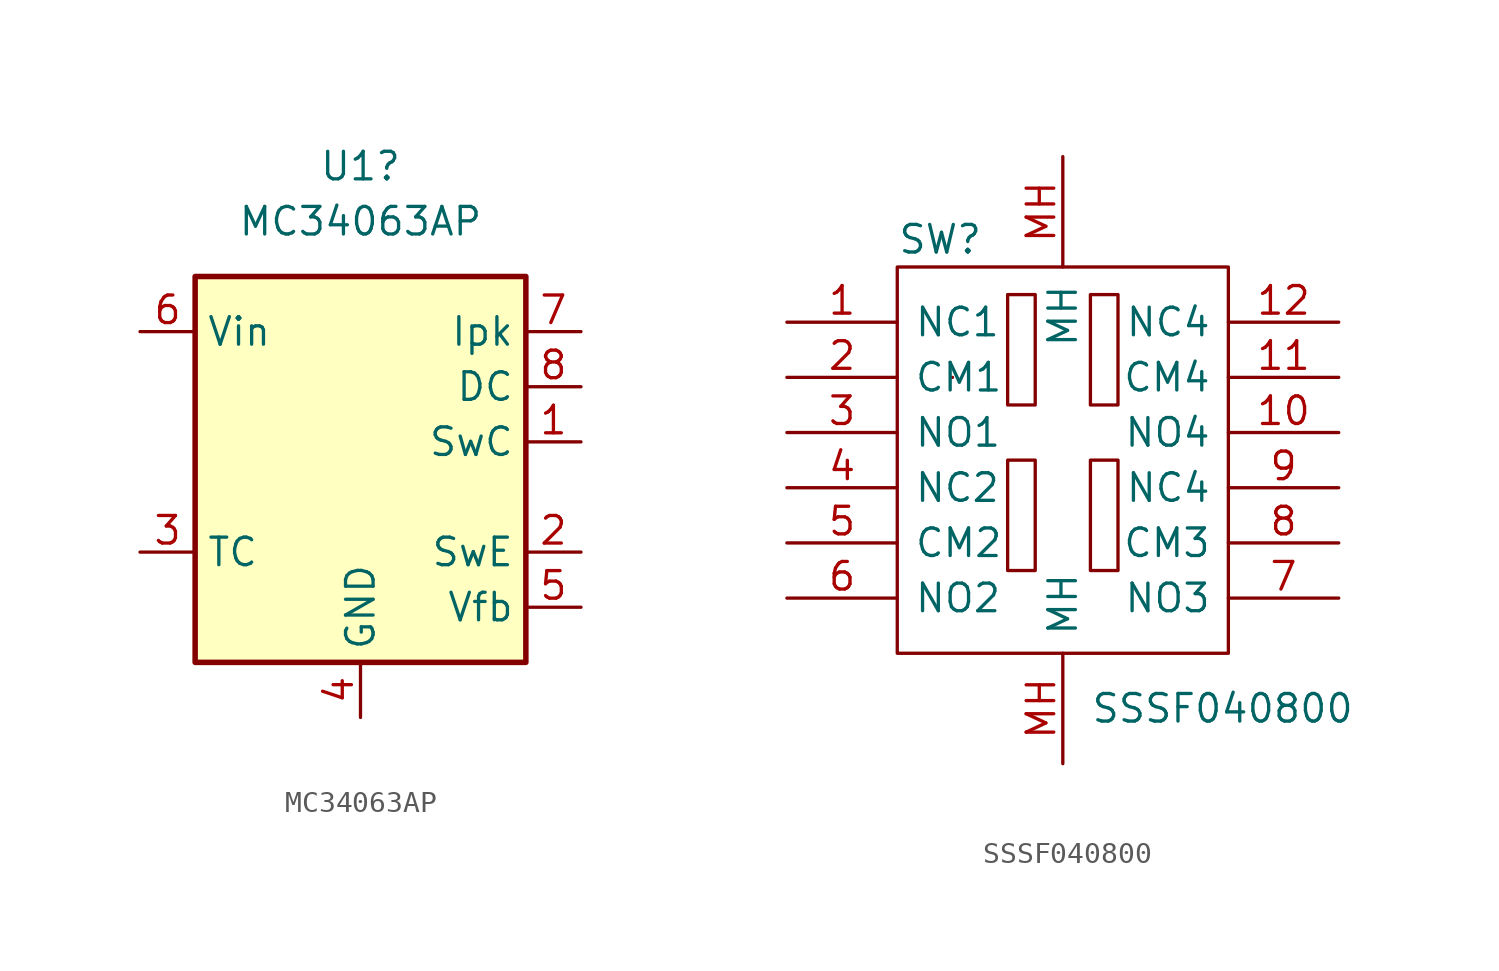
<source format=kicad_sym>
(kicad_symbol_lib
  (version 20211014)
  (generator kicad_symbol_editor)
  (symbol "MC34063AP"
    (property "Reference" "U1"
      (at 0 12.7 0)
      (effects (font (size 1.27 1.27))))
    (property "Value" "MC34063AP"
      (at 0 10.16 0)
      (effects (font (size 1.27 1.27))))
    (symbol "MC34063AP_0_1"
      (rectangle (start -7.62 7.62) (end 7.62 -10.16) (stroke (width 0.254) (type default) (color 0 0 0 0)) (fill (type background))))
    (symbol "MC34063AP_1_1"
      (pin open_collector line (at 10.16 0 180) (length 2.54) (name "SwC" (effects (font (size 1.27 1.27)))) (number "1" (effects (font (size 1.27 1.27)))))
      (pin passive line (at 10.16 -5.08 180) (length 2.54) (name "SwE" (effects (font (size 1.27 1.27)))) (number "2" (effects (font (size 1.27 1.27)))))
      (pin passive line (at -10.16 -5.08 0) (length 2.54) (name "TC" (effects (font (size 1.27 1.27)))) (number "3" (effects (font (size 1.27 1.27)))))
      (pin power_in line (at 0 -12.7 90) (length 2.54) (name "GND" (effects (font (size 1.27 1.27)))) (number "4" (effects (font (size 1.27 1.27)))))
      (pin input line (at 10.16 -7.62 180) (length 2.54) (name "Vfb" (effects (font (size 1.27 1.27)))) (number "5" (effects (font (size 1.27 1.27)))))
      (pin power_in line (at -10.16 5.08 0) (length 2.54) (name "Vin" (effects (font (size 1.27 1.27)))) (number "6" (effects (font (size 1.27 1.27)))))
      (pin input line (at 10.16 5.08 180) (length 2.54) (name "Ipk" (effects (font (size 1.27 1.27)))) (number "7" (effects (font (size 1.27 1.27)))))
      (pin open_collector line (at 10.16 2.54 180) (length 2.54) (name "DC" (effects (font (size 1.27 1.27)))) (number "8" (effects (font (size 1.27 1.27)))))))
  (symbol "SSSF040800"
    (pin_names
      (offset 0.762))
    (property "Reference" "SW"
      (at -7.62 10.16 0)
      (effects (font (size 1.27 1.27)) (justify left)))
    (property "Value" "SSSF040800"
      (at 1.27 -11.43 0)
      (effects (font (size 1.27 1.27)) (justify left)))
    (symbol "SSSF040800_0_0"
      (pin passive line (at -12.7 6.35 0) (length 5.08) (name "NC1" (effects (font (size 1.27 1.27)))) (number "1" (effects (font (size 1.27 1.27)))))
      (pin passive line (at 12.7 1.27 180) (length 5.08) (name "NO4" (effects (font (size 1.27 1.27)))) (number "10" (effects (font (size 1.27 1.27)))))
      (pin passive line (at 12.7 3.81 180) (length 5.08) (name "CM4" (effects (font (size 1.27 1.27)))) (number "11" (effects (font (size 1.27 1.27)))))
      (pin passive line (at 12.7 6.35 180) (length 5.08) (name "NC4" (effects (font (size 1.27 1.27)))) (number "12" (effects (font (size 1.27 1.27)))))
      (pin passive line (at -12.7 3.81 0) (length 5.08) (name "CM1" (effects (font (size 1.27 1.27)))) (number "2" (effects (font (size 1.27 1.27)))))
      (pin passive line (at -12.7 1.27 0) (length 5.08) (name "NO1" (effects (font (size 1.27 1.27)))) (number "3" (effects (font (size 1.27 1.27)))))
      (pin passive line (at -12.7 -1.27 0) (length 5.08) (name "NC2" (effects (font (size 1.27 1.27)))) (number "4" (effects (font (size 1.27 1.27)))))
      (pin passive line (at -12.7 -3.81 0) (length 5.08) (name "CM2" (effects (font (size 1.27 1.27)))) (number "5" (effects (font (size 1.27 1.27)))))
      (pin passive line (at -12.7 -6.35 0) (length 5.08) (name "NO2" (effects (font (size 1.27 1.27)))) (number "6" (effects (font (size 1.27 1.27)))))
      (pin passive line (at 12.7 -6.35 180) (length 5.08) (name "NO3" (effects (font (size 1.27 1.27)))) (number "7" (effects (font (size 1.27 1.27)))))
      (pin passive line (at 12.7 -3.81 180) (length 5.08) (name "CM3" (effects (font (size 1.27 1.27)))) (number "8" (effects (font (size 1.27 1.27)))))
      (pin passive line (at 12.7 -1.27 180) (length 5.08) (name "NC4" (effects (font (size 1.27 1.27)))) (number "9" (effects (font (size 1.27 1.27)))))
      (pin passive line (at 0 -13.97 90) (length 5.08) (name "MH" (effects (font (size 1.27 1.27)))) (number "MH" (effects (font (size 1.27 1.27)))))
      (pin passive line (at 0 13.97 270) (length 5.08) (name "MH" (effects (font (size 1.27 1.27)))) (number "MH" (effects (font (size 1.27 1.27))))))
    (symbol "SSSF040800_0_1"
      (rectangle (start -2.54 0) (end -1.27 -5.08) (stroke (width 0) (type default) (color 0 0 0 0)) (fill (type none)))
      (rectangle (start -2.54 7.62) (end -1.27 2.54) (stroke (width 0) (type default) (color 0 0 0 0)) (fill (type none)))
      (polyline (pts (xy -5.08 3.81) (xy -5.08 3.81)) (stroke (width 0) (type default) (color 0 0 0 0)) (fill (type none)))
      (polyline (pts (xy -7.62 8.89) (xy -7.62 -8.89) (xy 7.62 -8.89) (xy 7.62 8.89) (xy -7.62 8.89)) (stroke (width 0.152) (type default) (color 0 0 0 0)) (fill (type none)))
      (rectangle (start 1.27 0) (end 2.54 -5.08) (stroke (width 0) (type default) (color 0 0 0 0)) (fill (type none)))
      (rectangle (start 1.27 7.62) (end 2.54 2.54) (stroke (width 0) (type default) (color 0 0 0 0)) (fill (type none))))))
</source>
